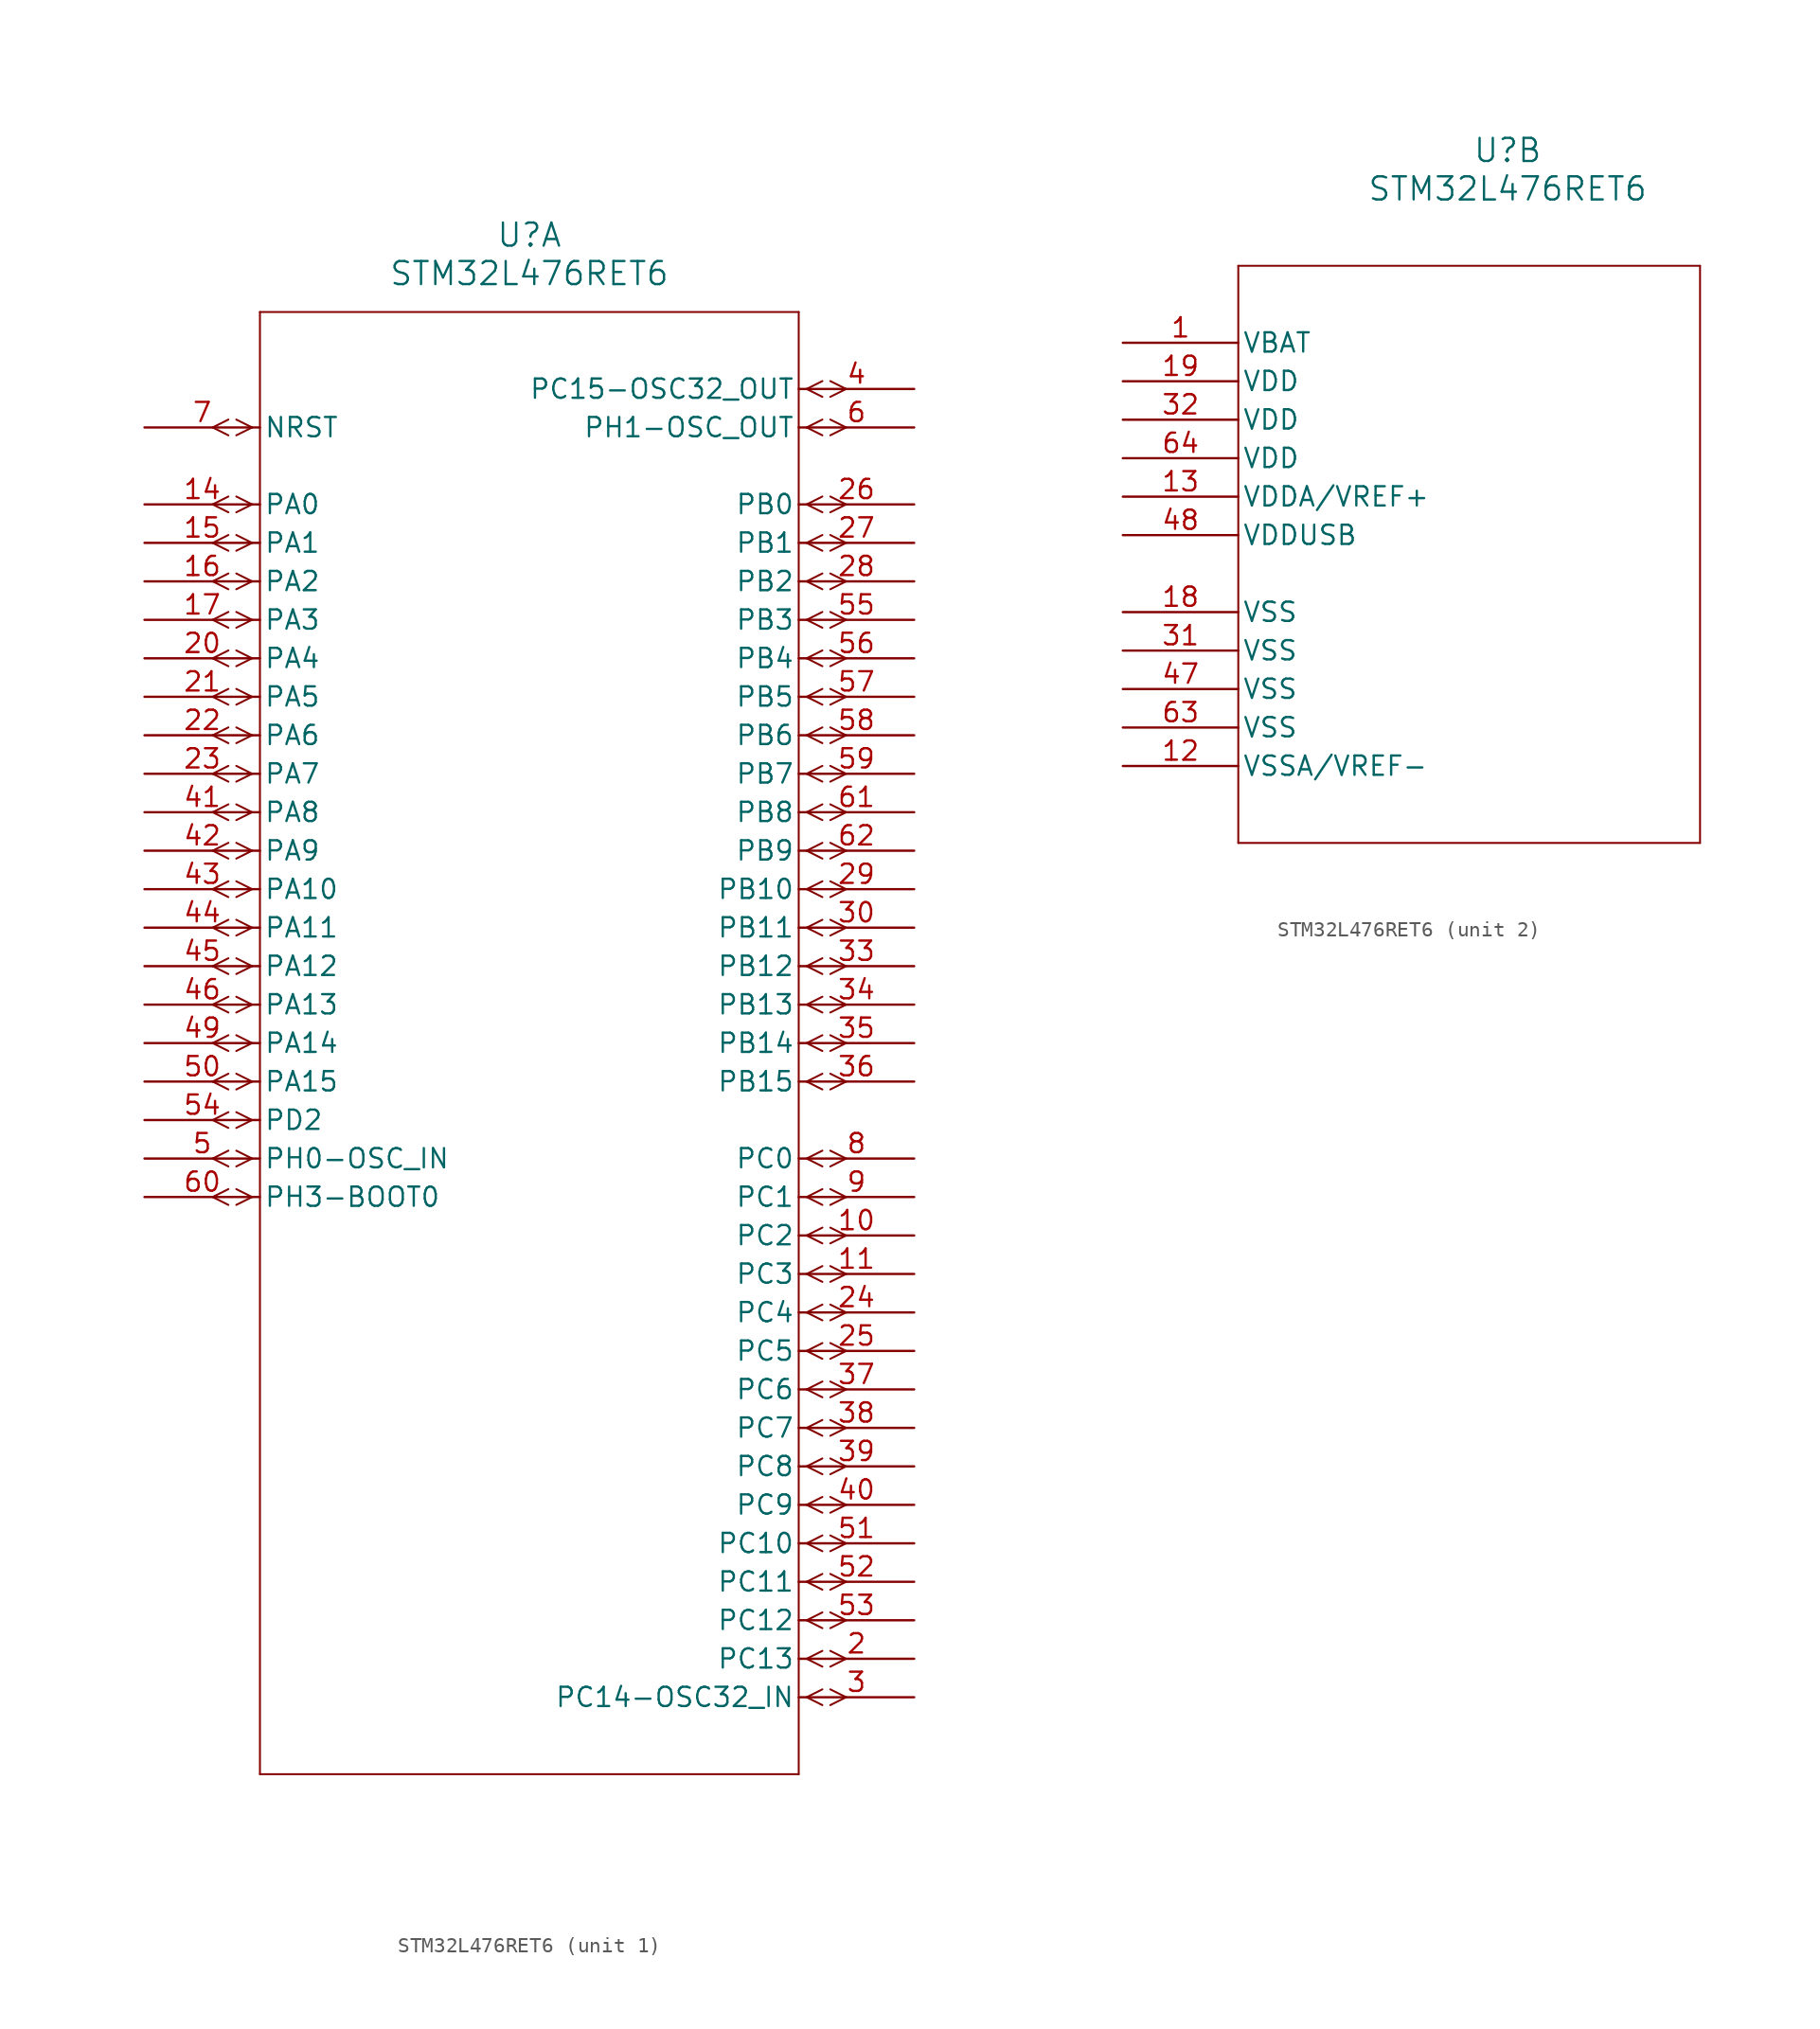
<source format=kicad_sym>
(kicad_symbol_lib
  (version 20241209)
  (generator "kicad_symbol_editor")
  (generator_version "9.0")
  (symbol "STM32L476RET6"
    (pin_names
      (offset 0.254))
    (property "Reference" "U"
      (at 25.4 12.7 0)
      (effects (font (size 1.524 1.524))))
    (property "Value" "STM32L476RET6"
      (at 25.4 10.16 0)
      (effects (font (size 1.524 1.524))))
    (property "ki_locked" ""
      (at 0 0 0)
      (effects (font (size 1.27 1.27))))
    (symbol "STM32L476RET6_1_1"
      (polyline (pts (xy 5.537 0.521) (xy 4.496 0)) (stroke (width 0.127) (type default)) (fill (type none)))
      (polyline (pts (xy 5.537 -0.521) (xy 4.496 0)) (stroke (width 0.127) (type default)) (fill (type none)))
      (polyline (pts (xy 5.537 -4.559) (xy 4.496 -5.08)) (stroke (width 0.127) (type default)) (fill (type none)))
      (polyline (pts (xy 5.537 -5.601) (xy 4.496 -5.08)) (stroke (width 0.127) (type default)) (fill (type none)))
      (polyline (pts (xy 5.537 -7.099) (xy 4.496 -7.62)) (stroke (width 0.127) (type default)) (fill (type none)))
      (polyline (pts (xy 5.537 -8.141) (xy 4.496 -7.62)) (stroke (width 0.127) (type default)) (fill (type none)))
      (polyline (pts (xy 5.537 -9.639) (xy 4.496 -10.16)) (stroke (width 0.127) (type default)) (fill (type none)))
      (polyline (pts (xy 5.537 -10.681) (xy 4.496 -10.16)) (stroke (width 0.127) (type default)) (fill (type none)))
      (polyline (pts (xy 5.537 -12.179) (xy 4.496 -12.7)) (stroke (width 0.127) (type default)) (fill (type none)))
      (polyline (pts (xy 5.537 -13.221) (xy 4.496 -12.7)) (stroke (width 0.127) (type default)) (fill (type none)))
      (polyline (pts (xy 5.537 -14.719) (xy 4.496 -15.24)) (stroke (width 0.127) (type default)) (fill (type none)))
      (polyline (pts (xy 5.537 -15.761) (xy 4.496 -15.24)) (stroke (width 0.127) (type default)) (fill (type none)))
      (polyline (pts (xy 5.537 -17.259) (xy 4.496 -17.78)) (stroke (width 0.127) (type default)) (fill (type none)))
      (polyline (pts (xy 5.537 -18.301) (xy 4.496 -17.78)) (stroke (width 0.127) (type default)) (fill (type none)))
      (polyline (pts (xy 5.537 -19.799) (xy 4.496 -20.32)) (stroke (width 0.127) (type default)) (fill (type none)))
      (polyline (pts (xy 5.537 -20.841) (xy 4.496 -20.32)) (stroke (width 0.127) (type default)) (fill (type none)))
      (polyline (pts (xy 5.537 -22.339) (xy 4.496 -22.86)) (stroke (width 0.127) (type default)) (fill (type none)))
      (polyline (pts (xy 5.537 -23.381) (xy 4.496 -22.86)) (stroke (width 0.127) (type default)) (fill (type none)))
      (polyline (pts (xy 5.537 -24.879) (xy 4.496 -25.4)) (stroke (width 0.127) (type default)) (fill (type none)))
      (polyline (pts (xy 5.537 -25.921) (xy 4.496 -25.4)) (stroke (width 0.127) (type default)) (fill (type none)))
      (polyline (pts (xy 5.537 -27.419) (xy 4.496 -27.94)) (stroke (width 0.127) (type default)) (fill (type none)))
      (polyline (pts (xy 5.537 -28.461) (xy 4.496 -27.94)) (stroke (width 0.127) (type default)) (fill (type none)))
      (polyline (pts (xy 5.537 -29.959) (xy 4.496 -30.48)) (stroke (width 0.127) (type default)) (fill (type none)))
      (polyline (pts (xy 5.537 -31.001) (xy 4.496 -30.48)) (stroke (width 0.127) (type default)) (fill (type none)))
      (polyline (pts (xy 5.537 -32.499) (xy 4.496 -33.02)) (stroke (width 0.127) (type default)) (fill (type none)))
      (polyline (pts (xy 5.537 -33.541) (xy 4.496 -33.02)) (stroke (width 0.127) (type default)) (fill (type none)))
      (polyline (pts (xy 5.537 -35.039) (xy 4.496 -35.56)) (stroke (width 0.127) (type default)) (fill (type none)))
      (polyline (pts (xy 5.537 -36.081) (xy 4.496 -35.56)) (stroke (width 0.127) (type default)) (fill (type none)))
      (polyline (pts (xy 5.537 -37.579) (xy 4.496 -38.1)) (stroke (width 0.127) (type default)) (fill (type none)))
      (polyline (pts (xy 5.537 -38.621) (xy 4.496 -38.1)) (stroke (width 0.127) (type default)) (fill (type none)))
      (polyline (pts (xy 5.537 -40.119) (xy 4.496 -40.64)) (stroke (width 0.127) (type default)) (fill (type none)))
      (polyline (pts (xy 5.537 -41.161) (xy 4.496 -40.64)) (stroke (width 0.127) (type default)) (fill (type none)))
      (polyline (pts (xy 5.537 -42.659) (xy 4.496 -43.18)) (stroke (width 0.127) (type default)) (fill (type none)))
      (polyline (pts (xy 5.537 -43.701) (xy 4.496 -43.18)) (stroke (width 0.127) (type default)) (fill (type none)))
      (polyline (pts (xy 5.537 -45.199) (xy 4.496 -45.72)) (stroke (width 0.127) (type default)) (fill (type none)))
      (polyline (pts (xy 5.537 -46.241) (xy 4.496 -45.72)) (stroke (width 0.127) (type default)) (fill (type none)))
      (polyline (pts (xy 5.537 -47.739) (xy 4.496 -48.26)) (stroke (width 0.127) (type default)) (fill (type none)))
      (polyline (pts (xy 5.537 -48.781) (xy 4.496 -48.26)) (stroke (width 0.127) (type default)) (fill (type none)))
      (polyline (pts (xy 5.537 -50.279) (xy 4.496 -50.8)) (stroke (width 0.127) (type default)) (fill (type none)))
      (polyline (pts (xy 5.537 -51.321) (xy 4.496 -50.8)) (stroke (width 0.127) (type default)) (fill (type none)))
      (polyline (pts (xy 7.099 0) (xy 6.058 0.521)) (stroke (width 0.127) (type default)) (fill (type none)))
      (polyline (pts (xy 7.099 0) (xy 6.058 -0.521)) (stroke (width 0.127) (type default)) (fill (type none)))
      (polyline (pts (xy 7.099 -5.08) (xy 6.058 -4.559)) (stroke (width 0.127) (type default)) (fill (type none)))
      (polyline (pts (xy 7.099 -5.08) (xy 6.058 -5.601)) (stroke (width 0.127) (type default)) (fill (type none)))
      (polyline (pts (xy 7.099 -7.62) (xy 6.058 -7.099)) (stroke (width 0.127) (type default)) (fill (type none)))
      (polyline (pts (xy 7.099 -7.62) (xy 6.058 -8.141)) (stroke (width 0.127) (type default)) (fill (type none)))
      (polyline (pts (xy 7.099 -10.16) (xy 6.058 -9.639)) (stroke (width 0.127) (type default)) (fill (type none)))
      (polyline (pts (xy 7.099 -10.16) (xy 6.058 -10.681)) (stroke (width 0.127) (type default)) (fill (type none)))
      (polyline (pts (xy 7.099 -12.7) (xy 6.058 -12.179)) (stroke (width 0.127) (type default)) (fill (type none)))
      (polyline (pts (xy 7.099 -12.7) (xy 6.058 -13.221)) (stroke (width 0.127) (type default)) (fill (type none)))
      (polyline (pts (xy 7.099 -15.24) (xy 6.058 -14.719)) (stroke (width 0.127) (type default)) (fill (type none)))
      (polyline (pts (xy 7.099 -15.24) (xy 6.058 -15.761)) (stroke (width 0.127) (type default)) (fill (type none)))
      (polyline (pts (xy 7.099 -17.78) (xy 6.058 -17.259)) (stroke (width 0.127) (type default)) (fill (type none)))
      (polyline (pts (xy 7.099 -17.78) (xy 6.058 -18.301)) (stroke (width 0.127) (type default)) (fill (type none)))
      (polyline (pts (xy 7.099 -20.32) (xy 6.058 -19.799)) (stroke (width 0.127) (type default)) (fill (type none)))
      (polyline (pts (xy 7.099 -20.32) (xy 6.058 -20.841)) (stroke (width 0.127) (type default)) (fill (type none)))
      (polyline (pts (xy 7.099 -22.86) (xy 6.058 -22.339)) (stroke (width 0.127) (type default)) (fill (type none)))
      (polyline (pts (xy 7.099 -22.86) (xy 6.058 -23.381)) (stroke (width 0.127) (type default)) (fill (type none)))
      (polyline (pts (xy 7.099 -25.4) (xy 6.058 -24.879)) (stroke (width 0.127) (type default)) (fill (type none)))
      (polyline (pts (xy 7.099 -25.4) (xy 6.058 -25.921)) (stroke (width 0.127) (type default)) (fill (type none)))
      (polyline (pts (xy 7.099 -27.94) (xy 6.058 -27.419)) (stroke (width 0.127) (type default)) (fill (type none)))
      (polyline (pts (xy 7.099 -27.94) (xy 6.058 -28.461)) (stroke (width 0.127) (type default)) (fill (type none)))
      (polyline (pts (xy 7.099 -30.48) (xy 6.058 -29.959)) (stroke (width 0.127) (type default)) (fill (type none)))
      (polyline (pts (xy 7.099 -30.48) (xy 6.058 -31.001)) (stroke (width 0.127) (type default)) (fill (type none)))
      (polyline (pts (xy 7.099 -33.02) (xy 6.058 -32.499)) (stroke (width 0.127) (type default)) (fill (type none)))
      (polyline (pts (xy 7.099 -33.02) (xy 6.058 -33.541)) (stroke (width 0.127) (type default)) (fill (type none)))
      (polyline (pts (xy 7.099 -35.56) (xy 6.058 -35.039)) (stroke (width 0.127) (type default)) (fill (type none)))
      (polyline (pts (xy 7.099 -35.56) (xy 6.058 -36.081)) (stroke (width 0.127) (type default)) (fill (type none)))
      (polyline (pts (xy 7.099 -38.1) (xy 6.058 -37.579)) (stroke (width 0.127) (type default)) (fill (type none)))
      (polyline (pts (xy 7.099 -38.1) (xy 6.058 -38.621)) (stroke (width 0.127) (type default)) (fill (type none)))
      (polyline (pts (xy 7.099 -40.64) (xy 6.058 -40.119)) (stroke (width 0.127) (type default)) (fill (type none)))
      (polyline (pts (xy 7.099 -40.64) (xy 6.058 -41.161)) (stroke (width 0.127) (type default)) (fill (type none)))
      (polyline (pts (xy 7.099 -43.18) (xy 6.058 -42.659)) (stroke (width 0.127) (type default)) (fill (type none)))
      (polyline (pts (xy 7.099 -43.18) (xy 6.058 -43.701)) (stroke (width 0.127) (type default)) (fill (type none)))
      (polyline (pts (xy 7.099 -45.72) (xy 6.058 -45.199)) (stroke (width 0.127) (type default)) (fill (type none)))
      (polyline (pts (xy 7.099 -45.72) (xy 6.058 -46.241)) (stroke (width 0.127) (type default)) (fill (type none)))
      (polyline (pts (xy 7.099 -48.26) (xy 6.058 -47.739)) (stroke (width 0.127) (type default)) (fill (type none)))
      (polyline (pts (xy 7.099 -48.26) (xy 6.058 -48.781)) (stroke (width 0.127) (type default)) (fill (type none)))
      (polyline (pts (xy 7.099 -50.8) (xy 6.058 -50.279)) (stroke (width 0.127) (type default)) (fill (type none)))
      (polyline (pts (xy 7.099 -50.8) (xy 6.058 -51.321)) (stroke (width 0.127) (type default)) (fill (type none)))
      (polyline (pts (xy 7.62 7.62) (xy 7.62 -88.9)) (stroke (width 0.127) (type default)) (fill (type none)))
      (polyline (pts (xy 7.62 -88.9) (xy 43.18 -88.9)) (stroke (width 0.127) (type default)) (fill (type none)))
      (polyline (pts (xy 43.18 7.62) (xy 7.62 7.62)) (stroke (width 0.127) (type default)) (fill (type none)))
      (polyline (pts (xy 43.18 -88.9) (xy 43.18 7.62)) (stroke (width 0.127) (type default)) (fill (type none)))
      (polyline (pts (xy 43.701 2.54) (xy 44.742 3.061)) (stroke (width 0.127) (type default)) (fill (type none)))
      (polyline (pts (xy 43.701 2.54) (xy 44.742 2.019)) (stroke (width 0.127) (type default)) (fill (type none)))
      (polyline (pts (xy 43.701 0) (xy 44.742 0.521)) (stroke (width 0.127) (type default)) (fill (type none)))
      (polyline (pts (xy 43.701 0) (xy 44.742 -0.521)) (stroke (width 0.127) (type default)) (fill (type none)))
      (polyline (pts (xy 43.701 -5.08) (xy 44.742 -4.559)) (stroke (width 0.127) (type default)) (fill (type none)))
      (polyline (pts (xy 43.701 -5.08) (xy 44.742 -5.601)) (stroke (width 0.127) (type default)) (fill (type none)))
      (polyline (pts (xy 43.701 -7.62) (xy 44.742 -7.099)) (stroke (width 0.127) (type default)) (fill (type none)))
      (polyline (pts (xy 43.701 -7.62) (xy 44.742 -8.141)) (stroke (width 0.127) (type default)) (fill (type none)))
      (polyline (pts (xy 43.701 -10.16) (xy 44.742 -9.639)) (stroke (width 0.127) (type default)) (fill (type none)))
      (polyline (pts (xy 43.701 -10.16) (xy 44.742 -10.681)) (stroke (width 0.127) (type default)) (fill (type none)))
      (polyline (pts (xy 43.701 -12.7) (xy 44.742 -12.179)) (stroke (width 0.127) (type default)) (fill (type none)))
      (polyline (pts (xy 43.701 -12.7) (xy 44.742 -13.221)) (stroke (width 0.127) (type default)) (fill (type none)))
      (polyline (pts (xy 43.701 -15.24) (xy 44.742 -14.719)) (stroke (width 0.127) (type default)) (fill (type none)))
      (polyline (pts (xy 43.701 -15.24) (xy 44.742 -15.761)) (stroke (width 0.127) (type default)) (fill (type none)))
      (polyline (pts (xy 43.701 -17.78) (xy 44.742 -17.259)) (stroke (width 0.127) (type default)) (fill (type none)))
      (polyline (pts (xy 43.701 -17.78) (xy 44.742 -18.301)) (stroke (width 0.127) (type default)) (fill (type none)))
      (polyline (pts (xy 43.701 -20.32) (xy 44.742 -19.799)) (stroke (width 0.127) (type default)) (fill (type none)))
      (polyline (pts (xy 43.701 -20.32) (xy 44.742 -20.841)) (stroke (width 0.127) (type default)) (fill (type none)))
      (polyline (pts (xy 43.701 -22.86) (xy 44.742 -22.339)) (stroke (width 0.127) (type default)) (fill (type none)))
      (polyline (pts (xy 43.701 -22.86) (xy 44.742 -23.381)) (stroke (width 0.127) (type default)) (fill (type none)))
      (polyline (pts (xy 43.701 -25.4) (xy 44.742 -24.879)) (stroke (width 0.127) (type default)) (fill (type none)))
      (polyline (pts (xy 43.701 -25.4) (xy 44.742 -25.921)) (stroke (width 0.127) (type default)) (fill (type none)))
      (polyline (pts (xy 43.701 -27.94) (xy 44.742 -27.419)) (stroke (width 0.127) (type default)) (fill (type none)))
      (polyline (pts (xy 43.701 -27.94) (xy 44.742 -28.461)) (stroke (width 0.127) (type default)) (fill (type none)))
      (polyline (pts (xy 43.701 -30.48) (xy 44.742 -29.959)) (stroke (width 0.127) (type default)) (fill (type none)))
      (polyline (pts (xy 43.701 -30.48) (xy 44.742 -31.001)) (stroke (width 0.127) (type default)) (fill (type none)))
      (polyline (pts (xy 43.701 -33.02) (xy 44.742 -32.499)) (stroke (width 0.127) (type default)) (fill (type none)))
      (polyline (pts (xy 43.701 -33.02) (xy 44.742 -33.541)) (stroke (width 0.127) (type default)) (fill (type none)))
      (polyline (pts (xy 43.701 -35.56) (xy 44.742 -35.039)) (stroke (width 0.127) (type default)) (fill (type none)))
      (polyline (pts (xy 43.701 -35.56) (xy 44.742 -36.081)) (stroke (width 0.127) (type default)) (fill (type none)))
      (polyline (pts (xy 43.701 -38.1) (xy 44.742 -37.579)) (stroke (width 0.127) (type default)) (fill (type none)))
      (polyline (pts (xy 43.701 -38.1) (xy 44.742 -38.621)) (stroke (width 0.127) (type default)) (fill (type none)))
      (polyline (pts (xy 43.701 -40.64) (xy 44.742 -40.119)) (stroke (width 0.127) (type default)) (fill (type none)))
      (polyline (pts (xy 43.701 -40.64) (xy 44.742 -41.161)) (stroke (width 0.127) (type default)) (fill (type none)))
      (polyline (pts (xy 43.701 -43.18) (xy 44.742 -42.659)) (stroke (width 0.127) (type default)) (fill (type none)))
      (polyline (pts (xy 43.701 -43.18) (xy 44.742 -43.701)) (stroke (width 0.127) (type default)) (fill (type none)))
      (polyline (pts (xy 43.701 -48.26) (xy 44.742 -47.739)) (stroke (width 0.127) (type default)) (fill (type none)))
      (polyline (pts (xy 43.701 -48.26) (xy 44.742 -48.781)) (stroke (width 0.127) (type default)) (fill (type none)))
      (polyline (pts (xy 43.701 -50.8) (xy 44.742 -50.279)) (stroke (width 0.127) (type default)) (fill (type none)))
      (polyline (pts (xy 43.701 -50.8) (xy 44.742 -51.321)) (stroke (width 0.127) (type default)) (fill (type none)))
      (polyline (pts (xy 43.701 -53.34) (xy 44.742 -52.819)) (stroke (width 0.127) (type default)) (fill (type none)))
      (polyline (pts (xy 43.701 -53.34) (xy 44.742 -53.861)) (stroke (width 0.127) (type default)) (fill (type none)))
      (polyline (pts (xy 43.701 -55.88) (xy 44.742 -55.359)) (stroke (width 0.127) (type default)) (fill (type none)))
      (polyline (pts (xy 43.701 -55.88) (xy 44.742 -56.401)) (stroke (width 0.127) (type default)) (fill (type none)))
      (polyline (pts (xy 43.701 -58.42) (xy 44.742 -57.899)) (stroke (width 0.127) (type default)) (fill (type none)))
      (polyline (pts (xy 43.701 -58.42) (xy 44.742 -58.941)) (stroke (width 0.127) (type default)) (fill (type none)))
      (polyline (pts (xy 43.701 -60.96) (xy 44.742 -60.439)) (stroke (width 0.127) (type default)) (fill (type none)))
      (polyline (pts (xy 43.701 -60.96) (xy 44.742 -61.481)) (stroke (width 0.127) (type default)) (fill (type none)))
      (polyline (pts (xy 43.701 -63.5) (xy 44.742 -62.979)) (stroke (width 0.127) (type default)) (fill (type none)))
      (polyline (pts (xy 43.701 -63.5) (xy 44.742 -64.021)) (stroke (width 0.127) (type default)) (fill (type none)))
      (polyline (pts (xy 43.701 -66.04) (xy 44.742 -65.519)) (stroke (width 0.127) (type default)) (fill (type none)))
      (polyline (pts (xy 43.701 -66.04) (xy 44.742 -66.561)) (stroke (width 0.127) (type default)) (fill (type none)))
      (polyline (pts (xy 43.701 -68.58) (xy 44.742 -68.059)) (stroke (width 0.127) (type default)) (fill (type none)))
      (polyline (pts (xy 43.701 -68.58) (xy 44.742 -69.101)) (stroke (width 0.127) (type default)) (fill (type none)))
      (polyline (pts (xy 43.701 -71.12) (xy 44.742 -70.599)) (stroke (width 0.127) (type default)) (fill (type none)))
      (polyline (pts (xy 43.701 -71.12) (xy 44.742 -71.641)) (stroke (width 0.127) (type default)) (fill (type none)))
      (polyline (pts (xy 43.701 -73.66) (xy 44.742 -73.139)) (stroke (width 0.127) (type default)) (fill (type none)))
      (polyline (pts (xy 43.701 -73.66) (xy 44.742 -74.181)) (stroke (width 0.127) (type default)) (fill (type none)))
      (polyline (pts (xy 43.701 -76.2) (xy 44.742 -75.679)) (stroke (width 0.127) (type default)) (fill (type none)))
      (polyline (pts (xy 43.701 -76.2) (xy 44.742 -76.721)) (stroke (width 0.127) (type default)) (fill (type none)))
      (polyline (pts (xy 43.701 -78.74) (xy 44.742 -78.219)) (stroke (width 0.127) (type default)) (fill (type none)))
      (polyline (pts (xy 43.701 -78.74) (xy 44.742 -79.261)) (stroke (width 0.127) (type default)) (fill (type none)))
      (polyline (pts (xy 43.701 -81.28) (xy 44.742 -80.759)) (stroke (width 0.127) (type default)) (fill (type none)))
      (polyline (pts (xy 43.701 -81.28) (xy 44.742 -81.801)) (stroke (width 0.127) (type default)) (fill (type none)))
      (polyline (pts (xy 43.701 -83.82) (xy 44.742 -83.299)) (stroke (width 0.127) (type default)) (fill (type none)))
      (polyline (pts (xy 43.701 -83.82) (xy 44.742 -84.341)) (stroke (width 0.127) (type default)) (fill (type none)))
      (polyline (pts (xy 45.263 3.061) (xy 46.304 2.54)) (stroke (width 0.127) (type default)) (fill (type none)))
      (polyline (pts (xy 45.263 2.019) (xy 46.304 2.54)) (stroke (width 0.127) (type default)) (fill (type none)))
      (polyline (pts (xy 45.263 0.521) (xy 46.304 0)) (stroke (width 0.127) (type default)) (fill (type none)))
      (polyline (pts (xy 45.263 -0.521) (xy 46.304 0)) (stroke (width 0.127) (type default)) (fill (type none)))
      (polyline (pts (xy 45.263 -4.559) (xy 46.304 -5.08)) (stroke (width 0.127) (type default)) (fill (type none)))
      (polyline (pts (xy 45.263 -5.601) (xy 46.304 -5.08)) (stroke (width 0.127) (type default)) (fill (type none)))
      (polyline (pts (xy 45.263 -7.099) (xy 46.304 -7.62)) (stroke (width 0.127) (type default)) (fill (type none)))
      (polyline (pts (xy 45.263 -8.141) (xy 46.304 -7.62)) (stroke (width 0.127) (type default)) (fill (type none)))
      (polyline (pts (xy 45.263 -9.639) (xy 46.304 -10.16)) (stroke (width 0.127) (type default)) (fill (type none)))
      (polyline (pts (xy 45.263 -10.681) (xy 46.304 -10.16)) (stroke (width 0.127) (type default)) (fill (type none)))
      (polyline (pts (xy 45.263 -12.179) (xy 46.304 -12.7)) (stroke (width 0.127) (type default)) (fill (type none)))
      (polyline (pts (xy 45.263 -13.221) (xy 46.304 -12.7)) (stroke (width 0.127) (type default)) (fill (type none)))
      (polyline (pts (xy 45.263 -14.719) (xy 46.304 -15.24)) (stroke (width 0.127) (type default)) (fill (type none)))
      (polyline (pts (xy 45.263 -15.761) (xy 46.304 -15.24)) (stroke (width 0.127) (type default)) (fill (type none)))
      (polyline (pts (xy 45.263 -17.259) (xy 46.304 -17.78)) (stroke (width 0.127) (type default)) (fill (type none)))
      (polyline (pts (xy 45.263 -18.301) (xy 46.304 -17.78)) (stroke (width 0.127) (type default)) (fill (type none)))
      (polyline (pts (xy 45.263 -19.799) (xy 46.304 -20.32)) (stroke (width 0.127) (type default)) (fill (type none)))
      (polyline (pts (xy 45.263 -20.841) (xy 46.304 -20.32)) (stroke (width 0.127) (type default)) (fill (type none)))
      (polyline (pts (xy 45.263 -22.339) (xy 46.304 -22.86)) (stroke (width 0.127) (type default)) (fill (type none)))
      (polyline (pts (xy 45.263 -23.381) (xy 46.304 -22.86)) (stroke (width 0.127) (type default)) (fill (type none)))
      (polyline (pts (xy 45.263 -24.879) (xy 46.304 -25.4)) (stroke (width 0.127) (type default)) (fill (type none)))
      (polyline (pts (xy 45.263 -25.921) (xy 46.304 -25.4)) (stroke (width 0.127) (type default)) (fill (type none)))
      (polyline (pts (xy 45.263 -27.419) (xy 46.304 -27.94)) (stroke (width 0.127) (type default)) (fill (type none)))
      (polyline (pts (xy 45.263 -28.461) (xy 46.304 -27.94)) (stroke (width 0.127) (type default)) (fill (type none)))
      (polyline (pts (xy 45.263 -29.959) (xy 46.304 -30.48)) (stroke (width 0.127) (type default)) (fill (type none)))
      (polyline (pts (xy 45.263 -31.001) (xy 46.304 -30.48)) (stroke (width 0.127) (type default)) (fill (type none)))
      (polyline (pts (xy 45.263 -32.499) (xy 46.304 -33.02)) (stroke (width 0.127) (type default)) (fill (type none)))
      (polyline (pts (xy 45.263 -33.541) (xy 46.304 -33.02)) (stroke (width 0.127) (type default)) (fill (type none)))
      (polyline (pts (xy 45.263 -35.039) (xy 46.304 -35.56)) (stroke (width 0.127) (type default)) (fill (type none)))
      (polyline (pts (xy 45.263 -36.081) (xy 46.304 -35.56)) (stroke (width 0.127) (type default)) (fill (type none)))
      (polyline (pts (xy 45.263 -37.579) (xy 46.304 -38.1)) (stroke (width 0.127) (type default)) (fill (type none)))
      (polyline (pts (xy 45.263 -38.621) (xy 46.304 -38.1)) (stroke (width 0.127) (type default)) (fill (type none)))
      (polyline (pts (xy 45.263 -40.119) (xy 46.304 -40.64)) (stroke (width 0.127) (type default)) (fill (type none)))
      (polyline (pts (xy 45.263 -41.161) (xy 46.304 -40.64)) (stroke (width 0.127) (type default)) (fill (type none)))
      (polyline (pts (xy 45.263 -42.659) (xy 46.304 -43.18)) (stroke (width 0.127) (type default)) (fill (type none)))
      (polyline (pts (xy 45.263 -43.701) (xy 46.304 -43.18)) (stroke (width 0.127) (type default)) (fill (type none)))
      (polyline (pts (xy 45.263 -47.739) (xy 46.304 -48.26)) (stroke (width 0.127) (type default)) (fill (type none)))
      (polyline (pts (xy 45.263 -48.781) (xy 46.304 -48.26)) (stroke (width 0.127) (type default)) (fill (type none)))
      (polyline (pts (xy 45.263 -50.279) (xy 46.304 -50.8)) (stroke (width 0.127) (type default)) (fill (type none)))
      (polyline (pts (xy 45.263 -51.321) (xy 46.304 -50.8)) (stroke (width 0.127) (type default)) (fill (type none)))
      (polyline (pts (xy 45.263 -52.819) (xy 46.304 -53.34)) (stroke (width 0.127) (type default)) (fill (type none)))
      (polyline (pts (xy 45.263 -53.861) (xy 46.304 -53.34)) (stroke (width 0.127) (type default)) (fill (type none)))
      (polyline (pts (xy 45.263 -55.359) (xy 46.304 -55.88)) (stroke (width 0.127) (type default)) (fill (type none)))
      (polyline (pts (xy 45.263 -56.401) (xy 46.304 -55.88)) (stroke (width 0.127) (type default)) (fill (type none)))
      (polyline (pts (xy 45.263 -57.899) (xy 46.304 -58.42)) (stroke (width 0.127) (type default)) (fill (type none)))
      (polyline (pts (xy 45.263 -58.941) (xy 46.304 -58.42)) (stroke (width 0.127) (type default)) (fill (type none)))
      (polyline (pts (xy 45.263 -60.439) (xy 46.304 -60.96)) (stroke (width 0.127) (type default)) (fill (type none)))
      (polyline (pts (xy 45.263 -61.481) (xy 46.304 -60.96)) (stroke (width 0.127) (type default)) (fill (type none)))
      (polyline (pts (xy 45.263 -62.979) (xy 46.304 -63.5)) (stroke (width 0.127) (type default)) (fill (type none)))
      (polyline (pts (xy 45.263 -64.021) (xy 46.304 -63.5)) (stroke (width 0.127) (type default)) (fill (type none)))
      (polyline (pts (xy 45.263 -65.519) (xy 46.304 -66.04)) (stroke (width 0.127) (type default)) (fill (type none)))
      (polyline (pts (xy 45.263 -66.561) (xy 46.304 -66.04)) (stroke (width 0.127) (type default)) (fill (type none)))
      (polyline (pts (xy 45.263 -68.059) (xy 46.304 -68.58)) (stroke (width 0.127) (type default)) (fill (type none)))
      (polyline (pts (xy 45.263 -69.101) (xy 46.304 -68.58)) (stroke (width 0.127) (type default)) (fill (type none)))
      (polyline (pts (xy 45.263 -70.599) (xy 46.304 -71.12)) (stroke (width 0.127) (type default)) (fill (type none)))
      (polyline (pts (xy 45.263 -71.641) (xy 46.304 -71.12)) (stroke (width 0.127) (type default)) (fill (type none)))
      (polyline (pts (xy 45.263 -73.139) (xy 46.304 -73.66)) (stroke (width 0.127) (type default)) (fill (type none)))
      (polyline (pts (xy 45.263 -74.181) (xy 46.304 -73.66)) (stroke (width 0.127) (type default)) (fill (type none)))
      (polyline (pts (xy 45.263 -75.679) (xy 46.304 -76.2)) (stroke (width 0.127) (type default)) (fill (type none)))
      (polyline (pts (xy 45.263 -76.721) (xy 46.304 -76.2)) (stroke (width 0.127) (type default)) (fill (type none)))
      (polyline (pts (xy 45.263 -78.219) (xy 46.304 -78.74)) (stroke (width 0.127) (type default)) (fill (type none)))
      (polyline (pts (xy 45.263 -79.261) (xy 46.304 -78.74)) (stroke (width 0.127) (type default)) (fill (type none)))
      (polyline (pts (xy 45.263 -80.759) (xy 46.304 -81.28)) (stroke (width 0.127) (type default)) (fill (type none)))
      (polyline (pts (xy 45.263 -81.801) (xy 46.304 -81.28)) (stroke (width 0.127) (type default)) (fill (type none)))
      (polyline (pts (xy 45.263 -83.299) (xy 46.304 -83.82)) (stroke (width 0.127) (type default)) (fill (type none)))
      (polyline (pts (xy 45.263 -84.341) (xy 46.304 -83.82)) (stroke (width 0.127) (type default)) (fill (type none)))
      (pin bidirectional line (at 0 0 0) (length 7.62) (name "NRST" (effects (font (size 1.27 1.27)))) (number "7" (effects (font (size 1.27 1.27)))))
      (pin bidirectional line (at 0 -5.08 0) (length 7.62) (name "PA0" (effects (font (size 1.27 1.27)))) (number "14" (effects (font (size 1.27 1.27)))))
      (pin bidirectional line (at 0 -7.62 0) (length 7.62) (name "PA1" (effects (font (size 1.27 1.27)))) (number "15" (effects (font (size 1.27 1.27)))))
      (pin bidirectional line (at 0 -10.16 0) (length 7.62) (name "PA2" (effects (font (size 1.27 1.27)))) (number "16" (effects (font (size 1.27 1.27)))))
      (pin bidirectional line (at 0 -12.7 0) (length 7.62) (name "PA3" (effects (font (size 1.27 1.27)))) (number "17" (effects (font (size 1.27 1.27)))))
      (pin bidirectional line (at 0 -15.24 0) (length 7.62) (name "PA4" (effects (font (size 1.27 1.27)))) (number "20" (effects (font (size 1.27 1.27)))))
      (pin bidirectional line (at 0 -17.78 0) (length 7.62) (name "PA5" (effects (font (size 1.27 1.27)))) (number "21" (effects (font (size 1.27 1.27)))))
      (pin bidirectional line (at 0 -20.32 0) (length 7.62) (name "PA6" (effects (font (size 1.27 1.27)))) (number "22" (effects (font (size 1.27 1.27)))))
      (pin bidirectional line (at 0 -22.86 0) (length 7.62) (name "PA7" (effects (font (size 1.27 1.27)))) (number "23" (effects (font (size 1.27 1.27)))))
      (pin bidirectional line (at 0 -25.4 0) (length 7.62) (name "PA8" (effects (font (size 1.27 1.27)))) (number "41" (effects (font (size 1.27 1.27)))))
      (pin bidirectional line (at 0 -27.94 0) (length 7.62) (name "PA9" (effects (font (size 1.27 1.27)))) (number "42" (effects (font (size 1.27 1.27)))))
      (pin bidirectional line (at 0 -30.48 0) (length 7.62) (name "PA10" (effects (font (size 1.27 1.27)))) (number "43" (effects (font (size 1.27 1.27)))))
      (pin bidirectional line (at 0 -33.02 0) (length 7.62) (name "PA11" (effects (font (size 1.27 1.27)))) (number "44" (effects (font (size 1.27 1.27)))))
      (pin bidirectional line (at 0 -35.56 0) (length 7.62) (name "PA12" (effects (font (size 1.27 1.27)))) (number "45" (effects (font (size 1.27 1.27)))))
      (pin bidirectional line (at 0 -38.1 0) (length 7.62) (name "PA13" (effects (font (size 1.27 1.27)))) (number "46" (effects (font (size 1.27 1.27)))))
      (pin bidirectional line (at 0 -40.64 0) (length 7.62) (name "PA14" (effects (font (size 1.27 1.27)))) (number "49" (effects (font (size 1.27 1.27)))))
      (pin bidirectional line (at 0 -43.18 0) (length 7.62) (name "PA15" (effects (font (size 1.27 1.27)))) (number "50" (effects (font (size 1.27 1.27)))))
      (pin bidirectional line (at 0 -45.72 0) (length 7.62) (name "PD2" (effects (font (size 1.27 1.27)))) (number "54" (effects (font (size 1.27 1.27)))))
      (pin bidirectional line (at 0 -48.26 0) (length 7.62) (name "PH0-OSC_IN" (effects (font (size 1.27 1.27)))) (number "5" (effects (font (size 1.27 1.27)))))
      (pin bidirectional line (at 0 -50.8 0) (length 7.62) (name "PH3-BOOT0" (effects (font (size 1.27 1.27)))) (number "60" (effects (font (size 1.27 1.27)))))
      (pin bidirectional line (at 50.8 2.54 180) (length 7.62) (name "PC15-OSC32_OUT" (effects (font (size 1.27 1.27)))) (number "4" (effects (font (size 1.27 1.27)))))
      (pin bidirectional line (at 50.8 0 180) (length 7.62) (name "PH1-OSC_OUT" (effects (font (size 1.27 1.27)))) (number "6" (effects (font (size 1.27 1.27)))))
      (pin bidirectional line (at 50.8 -5.08 180) (length 7.62) (name "PB0" (effects (font (size 1.27 1.27)))) (number "26" (effects (font (size 1.27 1.27)))))
      (pin bidirectional line (at 50.8 -7.62 180) (length 7.62) (name "PB1" (effects (font (size 1.27 1.27)))) (number "27" (effects (font (size 1.27 1.27)))))
      (pin bidirectional line (at 50.8 -10.16 180) (length 7.62) (name "PB2" (effects (font (size 1.27 1.27)))) (number "28" (effects (font (size 1.27 1.27)))))
      (pin bidirectional line (at 50.8 -12.7 180) (length 7.62) (name "PB3" (effects (font (size 1.27 1.27)))) (number "55" (effects (font (size 1.27 1.27)))))
      (pin bidirectional line (at 50.8 -15.24 180) (length 7.62) (name "PB4" (effects (font (size 1.27 1.27)))) (number "56" (effects (font (size 1.27 1.27)))))
      (pin bidirectional line (at 50.8 -17.78 180) (length 7.62) (name "PB5" (effects (font (size 1.27 1.27)))) (number "57" (effects (font (size 1.27 1.27)))))
      (pin bidirectional line (at 50.8 -20.32 180) (length 7.62) (name "PB6" (effects (font (size 1.27 1.27)))) (number "58" (effects (font (size 1.27 1.27)))))
      (pin bidirectional line (at 50.8 -22.86 180) (length 7.62) (name "PB7" (effects (font (size 1.27 1.27)))) (number "59" (effects (font (size 1.27 1.27)))))
      (pin bidirectional line (at 50.8 -25.4 180) (length 7.62) (name "PB8" (effects (font (size 1.27 1.27)))) (number "61" (effects (font (size 1.27 1.27)))))
      (pin bidirectional line (at 50.8 -27.94 180) (length 7.62) (name "PB9" (effects (font (size 1.27 1.27)))) (number "62" (effects (font (size 1.27 1.27)))))
      (pin bidirectional line (at 50.8 -30.48 180) (length 7.62) (name "PB10" (effects (font (size 1.27 1.27)))) (number "29" (effects (font (size 1.27 1.27)))))
      (pin bidirectional line (at 50.8 -33.02 180) (length 7.62) (name "PB11" (effects (font (size 1.27 1.27)))) (number "30" (effects (font (size 1.27 1.27)))))
      (pin bidirectional line (at 50.8 -35.56 180) (length 7.62) (name "PB12" (effects (font (size 1.27 1.27)))) (number "33" (effects (font (size 1.27 1.27)))))
      (pin bidirectional line (at 50.8 -38.1 180) (length 7.62) (name "PB13" (effects (font (size 1.27 1.27)))) (number "34" (effects (font (size 1.27 1.27)))))
      (pin bidirectional line (at 50.8 -40.64 180) (length 7.62) (name "PB14" (effects (font (size 1.27 1.27)))) (number "35" (effects (font (size 1.27 1.27)))))
      (pin bidirectional line (at 50.8 -43.18 180) (length 7.62) (name "PB15" (effects (font (size 1.27 1.27)))) (number "36" (effects (font (size 1.27 1.27)))))
      (pin bidirectional line (at 50.8 -48.26 180) (length 7.62) (name "PC0" (effects (font (size 1.27 1.27)))) (number "8" (effects (font (size 1.27 1.27)))))
      (pin bidirectional line (at 50.8 -50.8 180) (length 7.62) (name "PC1" (effects (font (size 1.27 1.27)))) (number "9" (effects (font (size 1.27 1.27)))))
      (pin bidirectional line (at 50.8 -53.34 180) (length 7.62) (name "PC2" (effects (font (size 1.27 1.27)))) (number "10" (effects (font (size 1.27 1.27)))))
      (pin bidirectional line (at 50.8 -55.88 180) (length 7.62) (name "PC3" (effects (font (size 1.27 1.27)))) (number "11" (effects (font (size 1.27 1.27)))))
      (pin bidirectional line (at 50.8 -58.42 180) (length 7.62) (name "PC4" (effects (font (size 1.27 1.27)))) (number "24" (effects (font (size 1.27 1.27)))))
      (pin bidirectional line (at 50.8 -60.96 180) (length 7.62) (name "PC5" (effects (font (size 1.27 1.27)))) (number "25" (effects (font (size 1.27 1.27)))))
      (pin bidirectional line (at 50.8 -63.5 180) (length 7.62) (name "PC6" (effects (font (size 1.27 1.27)))) (number "37" (effects (font (size 1.27 1.27)))))
      (pin bidirectional line (at 50.8 -66.04 180) (length 7.62) (name "PC7" (effects (font (size 1.27 1.27)))) (number "38" (effects (font (size 1.27 1.27)))))
      (pin bidirectional line (at 50.8 -68.58 180) (length 7.62) (name "PC8" (effects (font (size 1.27 1.27)))) (number "39" (effects (font (size 1.27 1.27)))))
      (pin bidirectional line (at 50.8 -71.12 180) (length 7.62) (name "PC9" (effects (font (size 1.27 1.27)))) (number "40" (effects (font (size 1.27 1.27)))))
      (pin bidirectional line (at 50.8 -73.66 180) (length 7.62) (name "PC10" (effects (font (size 1.27 1.27)))) (number "51" (effects (font (size 1.27 1.27)))))
      (pin bidirectional line (at 50.8 -76.2 180) (length 7.62) (name "PC11" (effects (font (size 1.27 1.27)))) (number "52" (effects (font (size 1.27 1.27)))))
      (pin bidirectional line (at 50.8 -78.74 180) (length 7.62) (name "PC12" (effects (font (size 1.27 1.27)))) (number "53" (effects (font (size 1.27 1.27)))))
      (pin bidirectional line (at 50.8 -81.28 180) (length 7.62) (name "PC13" (effects (font (size 1.27 1.27)))) (number "2" (effects (font (size 1.27 1.27)))))
      (pin bidirectional line (at 50.8 -83.82 180) (length 7.62) (name "PC14-OSC32_IN" (effects (font (size 1.27 1.27)))) (number "3" (effects (font (size 1.27 1.27))))))
    (symbol "STM32L476RET6_2_1"
      (polyline (pts (xy 7.62 5.08) (xy 7.62 -33.02)) (stroke (width 0.127) (type default)) (fill (type none)))
      (polyline (pts (xy 7.62 -33.02) (xy 38.1 -33.02)) (stroke (width 0.127) (type default)) (fill (type none)))
      (polyline (pts (xy 38.1 5.08) (xy 7.62 5.08)) (stroke (width 0.127) (type default)) (fill (type none)))
      (polyline (pts (xy 38.1 -33.02) (xy 38.1 5.08)) (stroke (width 0.127) (type default)) (fill (type none)))
      (pin power_in line (at 0 0 0) (length 7.62) (name "VBAT" (effects (font (size 1.27 1.27)))) (number "1" (effects (font (size 1.27 1.27)))))
      (pin power_in line (at 0 -2.54 0) (length 7.62) (name "VDD" (effects (font (size 1.27 1.27)))) (number "19" (effects (font (size 1.27 1.27)))))
      (pin power_in line (at 0 -5.08 0) (length 7.62) (name "VDD" (effects (font (size 1.27 1.27)))) (number "32" (effects (font (size 1.27 1.27)))))
      (pin power_in line (at 0 -7.62 0) (length 7.62) (name "VDD" (effects (font (size 1.27 1.27)))) (number "64" (effects (font (size 1.27 1.27)))))
      (pin power_in line (at 0 -10.16 0) (length 7.62) (name "VDDA/VREF+" (effects (font (size 1.27 1.27)))) (number "13" (effects (font (size 1.27 1.27)))))
      (pin power_in line (at 0 -12.7 0) (length 7.62) (name "VDDUSB" (effects (font (size 1.27 1.27)))) (number "48" (effects (font (size 1.27 1.27)))))
      (pin power_in line (at 0 -17.78 0) (length 7.62) (name "VSS" (effects (font (size 1.27 1.27)))) (number "18" (effects (font (size 1.27 1.27)))))
      (pin power_in line (at 0 -20.32 0) (length 7.62) (name "VSS" (effects (font (size 1.27 1.27)))) (number "31" (effects (font (size 1.27 1.27)))))
      (pin power_in line (at 0 -22.86 0) (length 7.62) (name "VSS" (effects (font (size 1.27 1.27)))) (number "47" (effects (font (size 1.27 1.27)))))
      (pin power_in line (at 0 -25.4 0) (length 7.62) (name "VSS" (effects (font (size 1.27 1.27)))) (number "63" (effects (font (size 1.27 1.27)))))
      (pin power_in line (at 0 -27.94 0) (length 7.62) (name "VSSA/VREF-" (effects (font (size 1.27 1.27)))) (number "12" (effects (font (size 1.27 1.27))))))))
</source>
